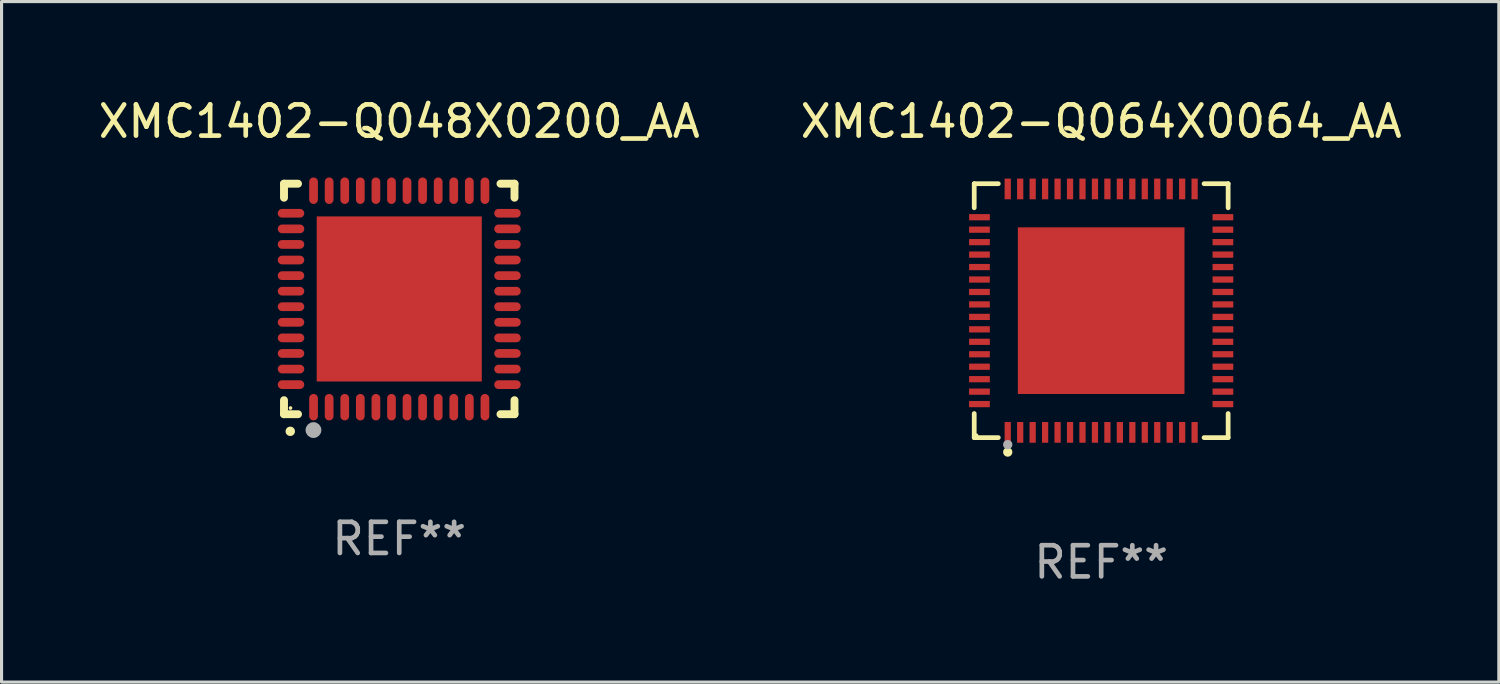
<source format=kicad_pcb>
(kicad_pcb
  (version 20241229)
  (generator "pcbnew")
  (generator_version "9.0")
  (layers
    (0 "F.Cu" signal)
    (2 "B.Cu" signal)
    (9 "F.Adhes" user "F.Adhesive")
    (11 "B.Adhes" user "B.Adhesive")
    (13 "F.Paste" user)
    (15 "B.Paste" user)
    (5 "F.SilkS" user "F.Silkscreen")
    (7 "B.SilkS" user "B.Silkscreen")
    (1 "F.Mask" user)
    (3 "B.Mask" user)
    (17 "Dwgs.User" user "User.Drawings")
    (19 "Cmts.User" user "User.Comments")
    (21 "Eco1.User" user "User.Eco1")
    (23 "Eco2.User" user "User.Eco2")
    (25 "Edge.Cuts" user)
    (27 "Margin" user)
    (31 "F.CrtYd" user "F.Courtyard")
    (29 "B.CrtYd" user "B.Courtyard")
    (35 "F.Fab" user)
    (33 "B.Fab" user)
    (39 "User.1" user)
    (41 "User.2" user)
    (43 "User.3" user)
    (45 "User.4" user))
  (footprint "XMC1402-Q064X0064_AA"
    (layer "F.Cu")
    (at 32.304 6.924)
    (property "Reference" "XMC1402-Q064X0064_AA" (at 0 -6.076 0) (layer "F.SilkS") (effects (font (size 1 1) (thickness 0.15))))
    (attr through_hole)
    (fp_line (start -4.076 -4.076) (end -3.303 -4.076) (stroke (width 0.152) (type solid)) (layer "F.SilkS"))
    (fp_line (start -4.076 -3.303) (end -4.076 -4.076) (stroke (width 0.152) (type solid)) (layer "F.SilkS"))
    (fp_line (start -4.076 3.303) (end -4.076 4.076) (stroke (width 0.152) (type solid)) (layer "F.SilkS"))
    (fp_line (start -4.076 4.076) (end -3.303 4.076) (stroke (width 0.152) (type solid)) (layer "F.SilkS"))
    (fp_line (start 4.076 -4.076) (end 3.303 -4.076) (stroke (width 0.152) (type solid)) (layer "F.SilkS"))
    (fp_line (start 4.076 -3.303) (end 4.076 -4.076) (stroke (width 0.152) (type solid)) (layer "F.SilkS"))
    (fp_line (start 4.076 3.303) (end 4.076 4.076) (stroke (width 0.152) (type solid)) (layer "F.SilkS"))
    (fp_line (start 4.076 4.076) (end 3.303 4.076) (stroke (width 0.152) (type solid)) (layer "F.SilkS"))
    (fp_circle (center -4 4) (end -3.97 4) (stroke (width 0.06) (type solid)) (fill no) (layer "F.SilkS"))
    (fp_circle (center -3 4.54) (end -2.925 4.54) (stroke (width 0.15) (type solid)) (fill no) (layer "F.SilkS"))
    (fp_circle (center -3 4.3) (end -2.925 4.3) (stroke (width 0.15) (type solid)) (fill no) (layer "F.Fab"))
    (fp_text user "REF**" (at 0 8.076 0) (layer "F.Fab") (effects (font (size 1 1) (thickness 0.15))))
    (pad "1" smd rect (at -3 3.908) (size 0.2 0.665) (layers "F.Cu" "F.Mask" "F.Paste"))
    (pad "2" smd rect (at -2.6 3.908) (size 0.2 0.665) (layers "F.Cu" "F.Mask" "F.Paste"))
    (pad "3" smd rect (at -2.2 3.908) (size 0.2 0.665) (layers "F.Cu" "F.Mask" "F.Paste"))
    (pad "4" smd rect (at -1.8 3.908) (size 0.2 0.665) (layers "F.Cu" "F.Mask" "F.Paste"))
    (pad "5" smd rect (at -1.4 3.908) (size 0.2 0.665) (layers "F.Cu" "F.Mask" "F.Paste"))
    (pad "6" smd rect (at -1 3.908) (size 0.2 0.665) (layers "F.Cu" "F.Mask" "F.Paste"))
    (pad "7" smd rect (at -0.6 3.908) (size 0.2 0.665) (layers "F.Cu" "F.Mask" "F.Paste"))
    (pad "8" smd rect (at -0.2 3.908) (size 0.2 0.665) (layers "F.Cu" "F.Mask" "F.Paste"))
    (pad "9" smd rect (at 0.2 3.908) (size 0.2 0.665) (layers "F.Cu" "F.Mask" "F.Paste"))
    (pad "10" smd rect (at 0.6 3.908) (size 0.2 0.665) (layers "F.Cu" "F.Mask" "F.Paste"))
    (pad "11" smd rect (at 1 3.908) (size 0.2 0.665) (layers "F.Cu" "F.Mask" "F.Paste"))
    (pad "12" smd rect (at 1.4 3.908) (size 0.2 0.665) (layers "F.Cu" "F.Mask" "F.Paste"))
    (pad "13" smd rect (at 1.8 3.908) (size 0.2 0.665) (layers "F.Cu" "F.Mask" "F.Paste"))
    (pad "14" smd rect (at 2.2 3.908) (size 0.2 0.665) (layers "F.Cu" "F.Mask" "F.Paste"))
    (pad "15" smd rect (at 2.6 3.908) (size 0.2 0.665) (layers "F.Cu" "F.Mask" "F.Paste"))
    (pad "16" smd rect (at 3 3.908) (size 0.2 0.665) (layers "F.Cu" "F.Mask" "F.Paste"))
    (pad "17" smd rect (at 3.908 3) (size 0.665 0.2) (layers "F.Cu" "F.Mask" "F.Paste"))
    (pad "18" smd rect (at 3.908 2.6) (size 0.665 0.2) (layers "F.Cu" "F.Mask" "F.Paste"))
    (pad "19" smd rect (at 3.908 2.2) (size 0.665 0.2) (layers "F.Cu" "F.Mask" "F.Paste"))
    (pad "20" smd rect (at 3.908 1.8) (size 0.665 0.2) (layers "F.Cu" "F.Mask" "F.Paste"))
    (pad "21" smd rect (at 3.908 1.4) (size 0.665 0.2) (layers "F.Cu" "F.Mask" "F.Paste"))
    (pad "22" smd rect (at 3.908 1) (size 0.665 0.2) (layers "F.Cu" "F.Mask" "F.Paste"))
    (pad "23" smd rect (at 3.908 0.6) (size 0.665 0.2) (layers "F.Cu" "F.Mask" "F.Paste"))
    (pad "24" smd rect (at 3.908 0.2) (size 0.665 0.2) (layers "F.Cu" "F.Mask" "F.Paste"))
    (pad "25" smd rect (at 3.908 -0.2) (size 0.665 0.2) (layers "F.Cu" "F.Mask" "F.Paste"))
    (pad "26" smd rect (at 3.908 -0.6) (size 0.665 0.2) (layers "F.Cu" "F.Mask" "F.Paste"))
    (pad "27" smd rect (at 3.908 -1) (size 0.665 0.2) (layers "F.Cu" "F.Mask" "F.Paste"))
    (pad "28" smd rect (at 3.908 -1.4) (size 0.665 0.2) (layers "F.Cu" "F.Mask" "F.Paste"))
    (pad "29" smd rect (at 3.908 -1.8) (size 0.665 0.2) (layers "F.Cu" "F.Mask" "F.Paste"))
    (pad "30" smd rect (at 3.908 -2.2) (size 0.665 0.2) (layers "F.Cu" "F.Mask" "F.Paste"))
    (pad "31" smd rect (at 3.908 -2.6) (size 0.665 0.2) (layers "F.Cu" "F.Mask" "F.Paste"))
    (pad "32" smd rect (at 3.908 -3) (size 0.665 0.2) (layers "F.Cu" "F.Mask" "F.Paste"))
    (pad "33" smd rect (at 3 -3.908) (size 0.2 0.665) (layers "F.Cu" "F.Mask" "F.Paste"))
    (pad "34" smd rect (at 2.6 -3.908) (size 0.2 0.665) (layers "F.Cu" "F.Mask" "F.Paste"))
    (pad "35" smd rect (at 2.2 -3.908) (size 0.2 0.665) (layers "F.Cu" "F.Mask" "F.Paste"))
    (pad "36" smd rect (at 1.8 -3.908) (size 0.2 0.665) (layers "F.Cu" "F.Mask" "F.Paste"))
    (pad "37" smd rect (at 1.4 -3.908) (size 0.2 0.665) (layers "F.Cu" "F.Mask" "F.Paste"))
    (pad "38" smd rect (at 1 -3.908) (size 0.2 0.665) (layers "F.Cu" "F.Mask" "F.Paste"))
    (pad "39" smd rect (at 0.6 -3.908) (size 0.2 0.665) (layers "F.Cu" "F.Mask" "F.Paste"))
    (pad "40" smd rect (at 0.2 -3.908) (size 0.2 0.665) (layers "F.Cu" "F.Mask" "F.Paste"))
    (pad "41" smd rect (at -0.2 -3.908) (size 0.2 0.665) (layers "F.Cu" "F.Mask" "F.Paste"))
    (pad "42" smd rect (at -0.6 -3.908) (size 0.2 0.665) (layers "F.Cu" "F.Mask" "F.Paste"))
    (pad "43" smd rect (at -1 -3.908) (size 0.2 0.665) (layers "F.Cu" "F.Mask" "F.Paste"))
    (pad "44" smd rect (at -1.4 -3.908) (size 0.2 0.665) (layers "F.Cu" "F.Mask" "F.Paste"))
    (pad "45" smd rect (at -1.8 -3.908) (size 0.2 0.665) (layers "F.Cu" "F.Mask" "F.Paste"))
    (pad "46" smd rect (at -2.2 -3.908) (size 0.2 0.665) (layers "F.Cu" "F.Mask" "F.Paste"))
    (pad "47" smd rect (at -2.6 -3.908) (size 0.2 0.665) (layers "F.Cu" "F.Mask" "F.Paste"))
    (pad "48" smd rect (at -3 -3.908) (size 0.2 0.665) (layers "F.Cu" "F.Mask" "F.Paste"))
    (pad "49" smd rect (at -3.908 -3) (size 0.665 0.2) (layers "F.Cu" "F.Mask" "F.Paste"))
    (pad "50" smd rect (at -3.908 -2.6) (size 0.665 0.2) (layers "F.Cu" "F.Mask" "F.Paste"))
    (pad "51" smd rect (at -3.908 -2.2) (size 0.665 0.2) (layers "F.Cu" "F.Mask" "F.Paste"))
    (pad "52" smd rect (at -3.908 -1.8) (size 0.665 0.2) (layers "F.Cu" "F.Mask" "F.Paste"))
    (pad "53" smd rect (at -3.908 -1.4) (size 0.665 0.2) (layers "F.Cu" "F.Mask" "F.Paste"))
    (pad "54" smd rect (at -3.908 -1) (size 0.665 0.2) (layers "F.Cu" "F.Mask" "F.Paste"))
    (pad "55" smd rect (at -3.908 -0.6) (size 0.665 0.2) (layers "F.Cu" "F.Mask" "F.Paste"))
    (pad "56" smd rect (at -3.908 -0.2) (size 0.665 0.2) (layers "F.Cu" "F.Mask" "F.Paste"))
    (pad "57" smd rect (at -3.908 0.2) (size 0.665 0.2) (layers "F.Cu" "F.Mask" "F.Paste"))
    (pad "58" smd rect (at -3.908 0.6) (size 0.665 0.2) (layers "F.Cu" "F.Mask" "F.Paste"))
    (pad "59" smd rect (at -3.908 1) (size 0.665 0.2) (layers "F.Cu" "F.Mask" "F.Paste"))
    (pad "60" smd rect (at -3.908 1.4) (size 0.665 0.2) (layers "F.Cu" "F.Mask" "F.Paste"))
    (pad "61" smd rect (at -3.908 1.8) (size 0.665 0.2) (layers "F.Cu" "F.Mask" "F.Paste"))
    (pad "62" smd rect (at -3.908 2.2) (size 0.665 0.2) (layers "F.Cu" "F.Mask" "F.Paste"))
    (pad "63" smd rect (at -3.908 2.6) (size 0.665 0.2) (layers "F.Cu" "F.Mask" "F.Paste"))
    (pad "64" smd rect (at -3.908 3) (size 0.665 0.2) (layers "F.Cu" "F.Mask" "F.Paste"))
    (pad "65" smd rect (at 0 0) (size 5.35 5.35) (layers "F.Cu" "F.Mask" "F.Paste")))
  (footprint "XMC1402-Q048X0200_AA"
    (layer "F.Cu")
    (at 9.768 6.548)
    (property "Reference" "XMC1402-Q048X0200_AA" (at 0 -5.7 0) (layer "F.SilkS") (effects (font (size 1 1) (thickness 0.15))))
    (attr through_hole)
    (fp_line (start -3.7 -3.7) (end -3.25 -3.7) (stroke (width 0.254) (type solid)) (layer "F.SilkS"))
    (fp_line (start -3.7 -3.25) (end -3.7 -3.7) (stroke (width 0.254) (type solid)) (layer "F.SilkS"))
    (fp_line (start -3.7 3.7) (end -3.7 3.25) (stroke (width 0.254) (type solid)) (layer "F.SilkS"))
    (fp_line (start -3.25 3.7) (end -3.7 3.7) (stroke (width 0.254) (type solid)) (layer "F.SilkS"))
    (fp_line (start 3.25 3.7) (end 3.7 3.7) (stroke (width 0.254) (type solid)) (layer "F.SilkS"))
    (fp_line (start 3.7 -3.7) (end 3.25 -3.7) (stroke (width 0.254) (type solid)) (layer "F.SilkS"))
    (fp_line (start 3.7 -3.25) (end 3.7 -3.7) (stroke (width 0.254) (type solid)) (layer "F.SilkS"))
    (fp_line (start 3.7 3.7) (end 3.7 3.25) (stroke (width 0.254) (type solid)) (layer "F.SilkS"))
    (fp_arc (start -3.500127 4.249428) (mid -3.498857 4.249423) (end -3.497587 4.249428) (stroke (width 0.3) (type solid)) (layer "F.SilkS"))
    (fp_circle (center -3.491 3.501) (end -3.461 3.501) (stroke (width 0.06) (type solid)) (fill no) (layer "F.SilkS"))
    (fp_circle (center -2.754 4.21) (end -2.627 4.21) (stroke (width 0.254) (type solid)) (fill no) (layer "F.Fab"))
    (fp_text user "REF**" (at 0 7.7 0) (layer "F.Fab") (effects (font (size 1 1) (thickness 0.15))))
    (pad "1" smd oval (at -2.751 3.475) (size 0.28 0.85) (layers "F.Cu" "F.Mask" "F.Paste"))
    (pad "2" smd oval (at -2.251 3.475) (size 0.28 0.85) (layers "F.Cu" "F.Mask" "F.Paste"))
    (pad "3" smd oval (at -1.75 3.475) (size 0.28 0.85) (layers "F.Cu" "F.Mask" "F.Paste"))
    (pad "4" smd oval (at -1.25 3.475) (size 0.28 0.85) (layers "F.Cu" "F.Mask" "F.Paste"))
    (pad "5" smd oval (at -0.749 3.475) (size 0.28 0.85) (layers "F.Cu" "F.Mask" "F.Paste"))
    (pad "6" smd oval (at -0.249 3.475) (size 0.28 0.85) (layers "F.Cu" "F.Mask" "F.Paste"))
    (pad "7" smd oval (at 0.249 3.475) (size 0.28 0.85) (layers "F.Cu" "F.Mask" "F.Paste"))
    (pad "8" smd oval (at 0.749 3.475) (size 0.28 0.85) (layers "F.Cu" "F.Mask" "F.Paste"))
    (pad "9" smd oval (at 1.25 3.475) (size 0.28 0.85) (layers "F.Cu" "F.Mask" "F.Paste"))
    (pad "10" smd oval (at 1.75 3.475) (size 0.28 0.85) (layers "F.Cu" "F.Mask" "F.Paste"))
    (pad "11" smd oval (at 2.25 3.475) (size 0.28 0.85) (layers "F.Cu" "F.Mask" "F.Paste"))
    (pad "12" smd oval (at 2.751 3.475) (size 0.28 0.85) (layers "F.Cu" "F.Mask" "F.Paste"))
    (pad "13" smd oval (at 3.475 2.751) (size 0.85 0.28) (layers "F.Cu" "F.Mask" "F.Paste"))
    (pad "14" smd oval (at 3.475 2.251) (size 0.85 0.28) (layers "F.Cu" "F.Mask" "F.Paste"))
    (pad "15" smd oval (at 3.475 1.75) (size 0.85 0.28) (layers "F.Cu" "F.Mask" "F.Paste"))
    (pad "16" smd oval (at 3.475 1.25) (size 0.85 0.28) (layers "F.Cu" "F.Mask" "F.Paste"))
    (pad "17" smd oval (at 3.475 0.749) (size 0.85 0.28) (layers "F.Cu" "F.Mask" "F.Paste"))
    (pad "18" smd oval (at 3.475 0.249) (size 0.85 0.28) (layers "F.Cu" "F.Mask" "F.Paste"))
    (pad "19" smd oval (at 3.475 -0.249) (size 0.85 0.28) (layers "F.Cu" "F.Mask" "F.Paste"))
    (pad "20" smd oval (at 3.475 -0.749) (size 0.85 0.28) (layers "F.Cu" "F.Mask" "F.Paste"))
    (pad "21" smd oval (at 3.475 -1.25) (size 0.85 0.28) (layers "F.Cu" "F.Mask" "F.Paste"))
    (pad "22" smd oval (at 3.475 -1.75) (size 0.85 0.28) (layers "F.Cu" "F.Mask" "F.Paste"))
    (pad "23" smd oval (at 3.475 -2.25) (size 0.85 0.28) (layers "F.Cu" "F.Mask" "F.Paste"))
    (pad "24" smd oval (at 3.475 -2.751) (size 0.85 0.28) (layers "F.Cu" "F.Mask" "F.Paste"))
    (pad "25" smd oval (at 2.751 -3.475) (size 0.28 0.85) (layers "F.Cu" "F.Mask" "F.Paste"))
    (pad "26" smd oval (at 2.25 -3.475) (size 0.28 0.85) (layers "F.Cu" "F.Mask" "F.Paste"))
    (pad "27" smd oval (at 1.75 -3.475) (size 0.28 0.85) (layers "F.Cu" "F.Mask" "F.Paste"))
    (pad "28" smd oval (at 1.25 -3.475) (size 0.28 0.85) (layers "F.Cu" "F.Mask" "F.Paste"))
    (pad "29" smd oval (at 0.749 -3.475) (size 0.28 0.85) (layers "F.Cu" "F.Mask" "F.Paste"))
    (pad "30" smd oval (at 0.249 -3.475) (size 0.28 0.85) (layers "F.Cu" "F.Mask" "F.Paste"))
    (pad "31" smd oval (at -0.249 -3.475) (size 0.28 0.85) (layers "F.Cu" "F.Mask" "F.Paste"))
    (pad "32" smd oval (at -0.749 -3.475) (size 0.28 0.85) (layers "F.Cu" "F.Mask" "F.Paste"))
    (pad "33" smd oval (at -1.25 -3.475) (size 0.28 0.85) (layers "F.Cu" "F.Mask" "F.Paste"))
    (pad "34" smd oval (at -1.75 -3.475) (size 0.28 0.85) (layers "F.Cu" "F.Mask" "F.Paste"))
    (pad "35" smd oval (at -2.251 -3.475) (size 0.28 0.85) (layers "F.Cu" "F.Mask" "F.Paste"))
    (pad "36" smd oval (at -2.751 -3.475) (size 0.28 0.85) (layers "F.Cu" "F.Mask" "F.Paste"))
    (pad "37" smd oval (at -3.475 -2.751) (size 0.85 0.28) (layers "F.Cu" "F.Mask" "F.Paste"))
    (pad "38" smd oval (at -3.475 -2.25) (size 0.85 0.28) (layers "F.Cu" "F.Mask" "F.Paste"))
    (pad "39" smd oval (at -3.475 -1.75) (size 0.85 0.28) (layers "F.Cu" "F.Mask" "F.Paste"))
    (pad "40" smd oval (at -3.475 -1.25) (size 0.85 0.28) (layers "F.Cu" "F.Mask" "F.Paste"))
    (pad "41" smd oval (at -3.475 -0.749) (size 0.85 0.28) (layers "F.Cu" "F.Mask" "F.Paste"))
    (pad "42" smd oval (at -3.475 -0.249) (size 0.85 0.28) (layers "F.Cu" "F.Mask" "F.Paste"))
    (pad "43" smd oval (at -3.475 0.249) (size 0.85 0.28) (layers "F.Cu" "F.Mask" "F.Paste"))
    (pad "44" smd oval (at -3.475 0.749) (size 0.85 0.28) (layers "F.Cu" "F.Mask" "F.Paste"))
    (pad "45" smd oval (at -3.475 1.25) (size 0.85 0.28) (layers "F.Cu" "F.Mask" "F.Paste"))
    (pad "46" smd oval (at -3.475 1.75) (size 0.85 0.28) (layers "F.Cu" "F.Mask" "F.Paste"))
    (pad "47" smd oval (at -3.475 2.251) (size 0.85 0.28) (layers "F.Cu" "F.Mask" "F.Paste"))
    (pad "48" smd oval (at -3.475 2.751) (size 0.85 0.28) (layers "F.Cu" "F.Mask" "F.Paste"))
    (pad "49" smd rect (at -0.000102 0.000102) (size 5.3 5.3) (layers "F.Cu" "F.Mask" "F.Paste")))
  (gr_rect
    (start -3 -3)
    (end 45.071 18.849)
    (stroke (width 0.1) (type default))
    (fill no)
    (layer "Edge.Cuts")))
</source>
